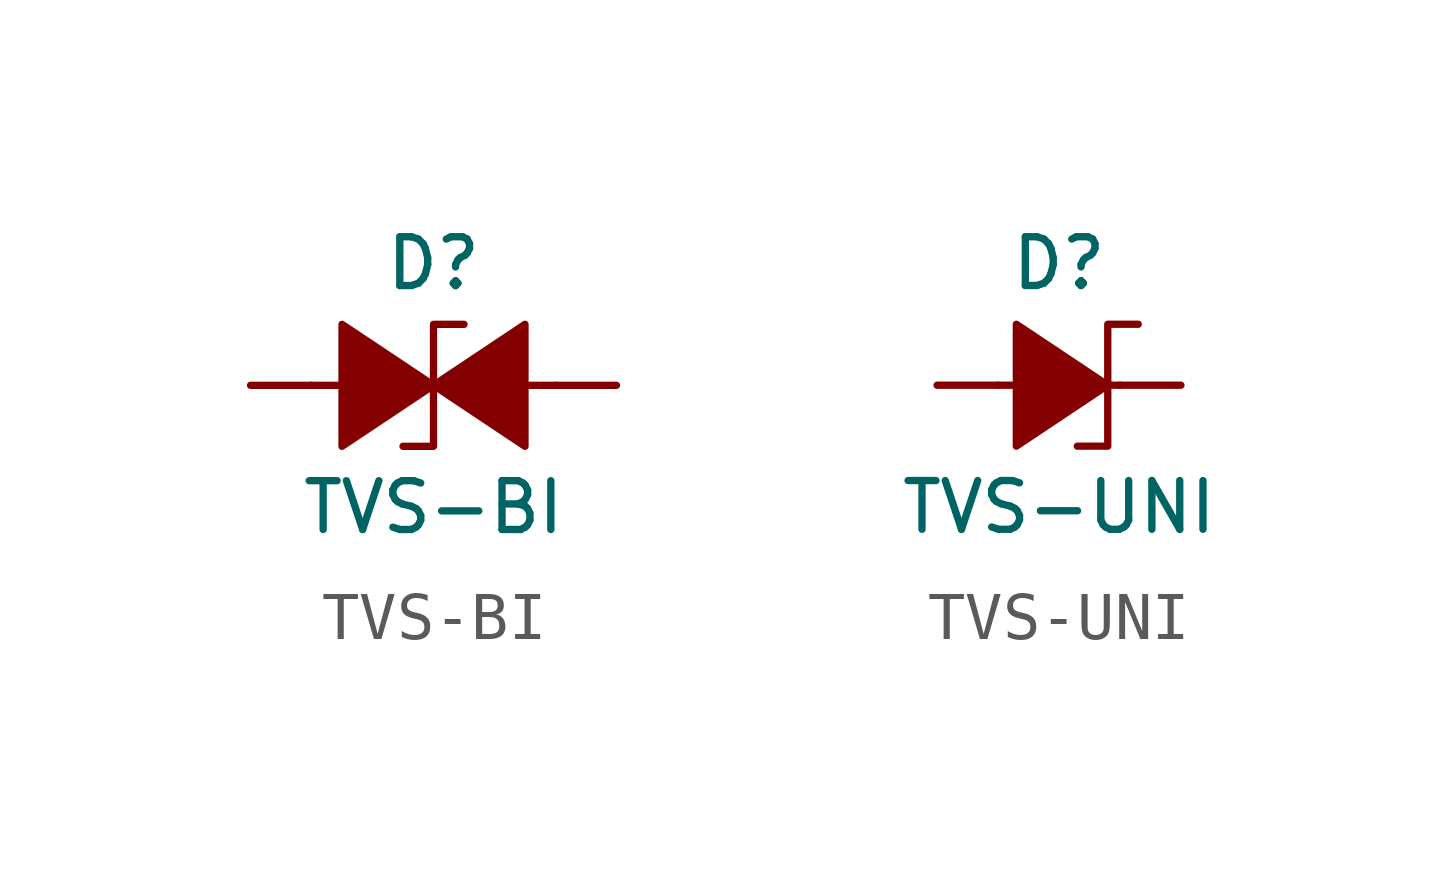
<source format=kicad_sym>
(kicad_symbol_lib
  (version 20211014)
  (generator kicad_symbol_editor)
  (symbol "TVS-BI"
    (pin_numbers hide)
    (pin_names
      (offset 0) hide)
    (property "Reference" "D"
      (at 0 2.54 0)
      (effects (font (size 1.016 1.016))))
    (property "Value" "TVS-BI"
      (at 0 -2.54 0)
      (effects (font (size 1.016 1.016))))
    (symbol "TVS-BI_0_1"
      (polyline (pts (xy -2.54 0) (xy 2.54 0)) (stroke (width 0) (type default) (color 0 0 0 0)) (fill (type outline)))
      (polyline (pts (xy -0.635 -1.27) (xy 0 -1.27) (xy 0 1.27) (xy 0.635 1.27)) (stroke (width 0) (type default) (color 0 0 0 0)) (fill (type none)))
      (polyline (pts (xy 0 0) (xy -1.905 1.27) (xy -1.905 -1.27) (xy 0 0)) (stroke (width 0) (type default) (color 0 0 0 0)) (fill (type outline)))
      (polyline (pts (xy 0 0) (xy 1.905 1.27) (xy 1.905 -1.27) (xy 0 0)) (stroke (width 0) (type default) (color 0 0 0 0)) (fill (type outline))))
    (symbol "TVS-BI_1_1"
      (pin passive line (at -3.81 0 0) (length 1.27) (name "A" (effects (font (size 1.016 1.016)))) (number "A" (effects (font (size 1.016 1.016)))))
      (pin passive line (at 3.81 0 180) (length 1.27) (name "K" (effects (font (size 1.016 1.016)))) (number "K" (effects (font (size 1.016 1.016)))))))
  (symbol "TVS-UNI"
    (pin_numbers hide)
    (pin_names
      (offset 0) hide)
    (property "Reference" "D"
      (at 0 2.54 0)
      (effects (font (size 1.016 1.016))))
    (property "Value" "TVS-UNI"
      (at 0 -2.54 0)
      (effects (font (size 1.016 1.016))))
    (symbol "TVS-UNI_0_1"
      (polyline (pts (xy -1.27 0) (xy 1.27 0)) (stroke (width 0) (type default) (color 0 0 0 0)) (fill (type none)))
      (polyline (pts (xy 0.381 -1.27) (xy 1.016 -1.27) (xy 1.016 1.27) (xy 1.651 1.27)) (stroke (width 0) (type default) (color 0 0 0 0)) (fill (type none)))
      (polyline (pts (xy 1.016 0) (xy -0.889 1.27) (xy -0.889 -1.27) (xy 1.016 0)) (stroke (width 0) (type default) (color 0 0 0 0)) (fill (type outline))))
    (symbol "TVS-UNI_1_1"
      (pin passive line (at -2.54 0 0) (length 1.27) (name "A" (effects (font (size 1.016 1.016)))) (number "A" (effects (font (size 1.016 1.016)))))
      (pin passive line (at 2.54 0 180) (length 1.27) (name "K" (effects (font (size 1.016 1.016)))) (number "K" (effects (font (size 1.016 1.016))))))))
</source>
